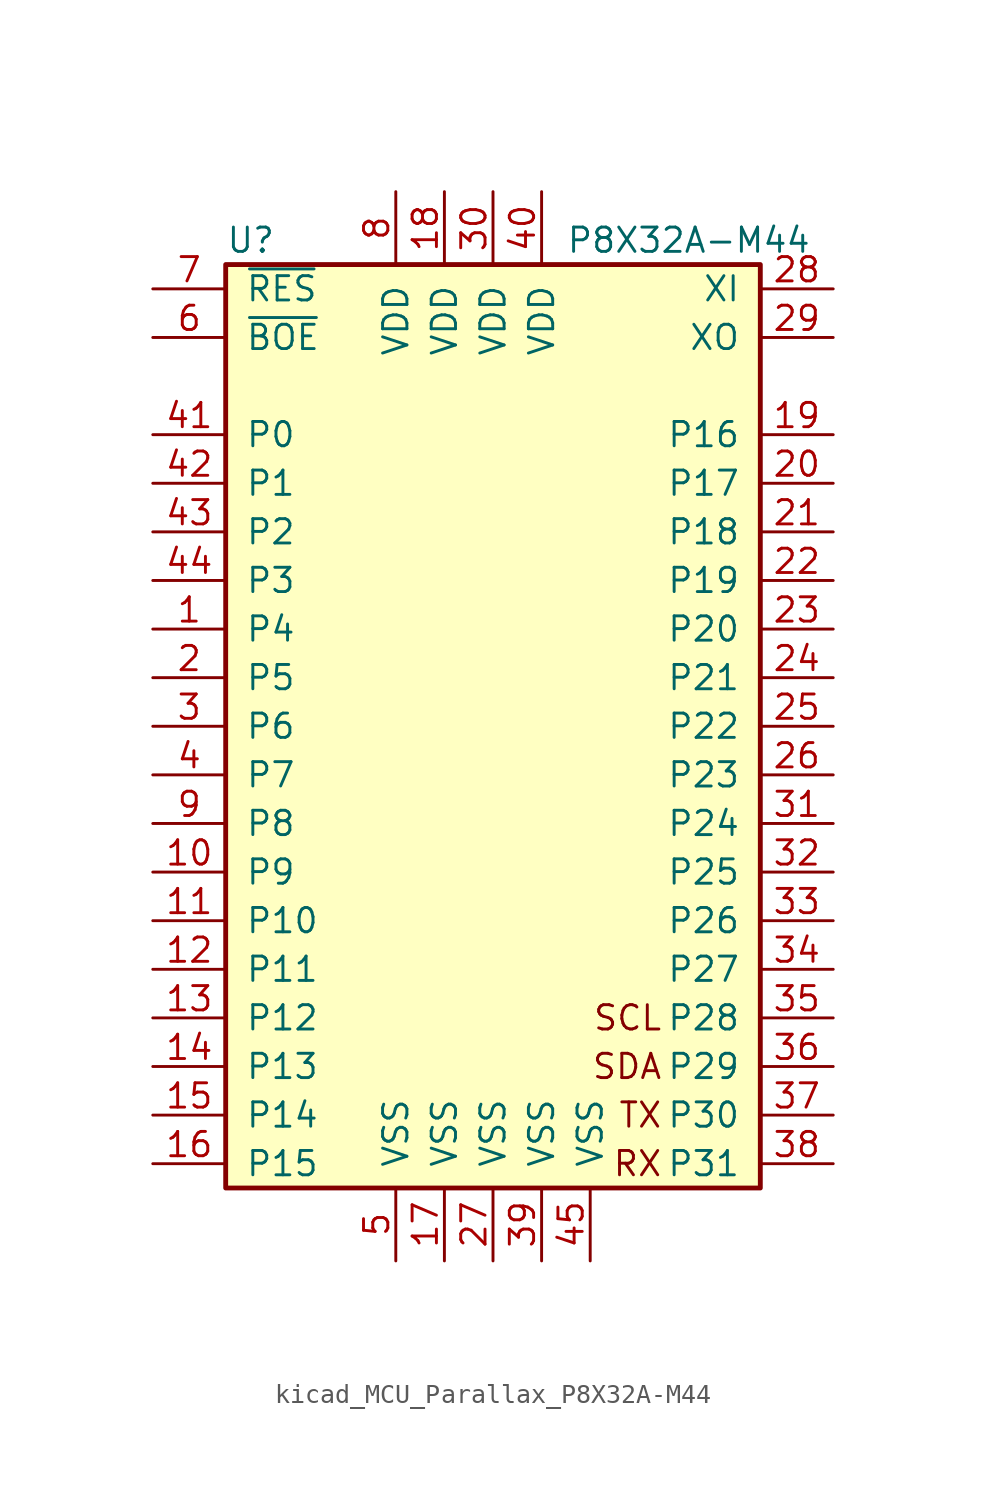
<source format=kicad_sym>
(kicad_symbol_lib
  (version 20220914)
  (generator kicad_symbol_editor)
  (symbol "kicad_MCU_Parallax_P8X32A-M44"
    (pin_names
      (offset 1.016))
    (property "Reference" "U"
      (at -13.97 25.4 0)
      (effects (font (size 1.27 1.27)) (justify left)))
    (property "Value" "P8X32A-M44"
      (at 3.81 25.4 0)
      (effects (font (size 1.27 1.27)) (justify left)))
    (symbol "kicad_MCU_Parallax_P8X32A-M44_0_1"
      (rectangle (start -13.97 24.13) (end 13.97 -24.13) (stroke (width 0.254) (type default)) (fill (type background)))
      (text "RX" (at 8.89 -22.86 0) (effects (font (size 1.27 1.27)) (justify right)))
      (text "SCL" (at 8.89 -15.24 0) (effects (font (size 1.27 1.27)) (justify right)))
      (text "SDA" (at 8.89 -17.78 0) (effects (font (size 1.27 1.27)) (justify right)))
      (text "TX" (at 8.89 -20.32 0) (effects (font (size 1.27 1.27)) (justify right)))
      (pin bidirectional line (at -17.78 5.08 0) (length 3.81) (name "P4" (effects (font (size 1.27 1.27)))) (number "1" (effects (font (size 1.27 1.27)))))
      (pin bidirectional line (at -17.78 -7.62 0) (length 3.81) (name "P9" (effects (font (size 1.27 1.27)))) (number "10" (effects (font (size 1.27 1.27)))))
      (pin bidirectional line (at -17.78 -10.16 0) (length 3.81) (name "P10" (effects (font (size 1.27 1.27)))) (number "11" (effects (font (size 1.27 1.27)))))
      (pin bidirectional line (at -17.78 -12.7 0) (length 3.81) (name "P11" (effects (font (size 1.27 1.27)))) (number "12" (effects (font (size 1.27 1.27)))))
      (pin bidirectional line (at -17.78 -15.24 0) (length 3.81) (name "P12" (effects (font (size 1.27 1.27)))) (number "13" (effects (font (size 1.27 1.27)))))
      (pin bidirectional line (at -17.78 -17.78 0) (length 3.81) (name "P13" (effects (font (size 1.27 1.27)))) (number "14" (effects (font (size 1.27 1.27)))))
      (pin bidirectional line (at -17.78 -20.32 0) (length 3.81) (name "P14" (effects (font (size 1.27 1.27)))) (number "15" (effects (font (size 1.27 1.27)))))
      (pin bidirectional line (at -17.78 -22.86 0) (length 3.81) (name "P15" (effects (font (size 1.27 1.27)))) (number "16" (effects (font (size 1.27 1.27)))))
      (pin power_in line (at -2.54 -27.94 90) (length 3.81) (name "VSS" (effects (font (size 1.27 1.27)))) (number "17" (effects (font (size 1.27 1.27)))))
      (pin power_in line (at -2.54 27.94 270) (length 3.81) (name "VDD" (effects (font (size 1.27 1.27)))) (number "18" (effects (font (size 1.27 1.27)))))
      (pin bidirectional line (at 17.78 15.24 180) (length 3.81) (name "P16" (effects (font (size 1.27 1.27)))) (number "19" (effects (font (size 1.27 1.27)))))
      (pin bidirectional line (at -17.78 2.54 0) (length 3.81) (name "P5" (effects (font (size 1.27 1.27)))) (number "2" (effects (font (size 1.27 1.27)))))
      (pin bidirectional line (at 17.78 12.7 180) (length 3.81) (name "P17" (effects (font (size 1.27 1.27)))) (number "20" (effects (font (size 1.27 1.27)))))
      (pin bidirectional line (at 17.78 10.16 180) (length 3.81) (name "P18" (effects (font (size 1.27 1.27)))) (number "21" (effects (font (size 1.27 1.27)))))
      (pin bidirectional line (at 17.78 7.62 180) (length 3.81) (name "P19" (effects (font (size 1.27 1.27)))) (number "22" (effects (font (size 1.27 1.27)))))
      (pin bidirectional line (at 17.78 5.08 180) (length 3.81) (name "P20" (effects (font (size 1.27 1.27)))) (number "23" (effects (font (size 1.27 1.27)))))
      (pin bidirectional line (at 17.78 2.54 180) (length 3.81) (name "P21" (effects (font (size 1.27 1.27)))) (number "24" (effects (font (size 1.27 1.27)))))
      (pin bidirectional line (at 17.78 0 180) (length 3.81) (name "P22" (effects (font (size 1.27 1.27)))) (number "25" (effects (font (size 1.27 1.27)))))
      (pin bidirectional line (at 17.78 -2.54 180) (length 3.81) (name "P23" (effects (font (size 1.27 1.27)))) (number "26" (effects (font (size 1.27 1.27)))))
      (pin power_in line (at 0 -27.94 90) (length 3.81) (name "VSS" (effects (font (size 1.27 1.27)))) (number "27" (effects (font (size 1.27 1.27)))))
      (pin input line (at 17.78 22.86 180) (length 3.81) (name "XI" (effects (font (size 1.27 1.27)))) (number "28" (effects (font (size 1.27 1.27)))))
      (pin output line (at 17.78 20.32 180) (length 3.81) (name "XO" (effects (font (size 1.27 1.27)))) (number "29" (effects (font (size 1.27 1.27)))))
      (pin bidirectional line (at -17.78 0 0) (length 3.81) (name "P6" (effects (font (size 1.27 1.27)))) (number "3" (effects (font (size 1.27 1.27)))))
      (pin power_in line (at 0 27.94 270) (length 3.81) (name "VDD" (effects (font (size 1.27 1.27)))) (number "30" (effects (font (size 1.27 1.27)))))
      (pin bidirectional line (at 17.78 -5.08 180) (length 3.81) (name "P24" (effects (font (size 1.27 1.27)))) (number "31" (effects (font (size 1.27 1.27)))))
      (pin bidirectional line (at 17.78 -7.62 180) (length 3.81) (name "P25" (effects (font (size 1.27 1.27)))) (number "32" (effects (font (size 1.27 1.27)))))
      (pin bidirectional line (at 17.78 -10.16 180) (length 3.81) (name "P26" (effects (font (size 1.27 1.27)))) (number "33" (effects (font (size 1.27 1.27)))))
      (pin bidirectional line (at 17.78 -12.7 180) (length 3.81) (name "P27" (effects (font (size 1.27 1.27)))) (number "34" (effects (font (size 1.27 1.27)))))
      (pin bidirectional line (at 17.78 -15.24 180) (length 3.81) (name "P28" (effects (font (size 1.27 1.27)))) (number "35" (effects (font (size 1.27 1.27)))))
      (pin bidirectional line (at 17.78 -17.78 180) (length 3.81) (name "P29" (effects (font (size 1.27 1.27)))) (number "36" (effects (font (size 1.27 1.27)))))
      (pin bidirectional line (at 17.78 -20.32 180) (length 3.81) (name "P30" (effects (font (size 1.27 1.27)))) (number "37" (effects (font (size 1.27 1.27)))))
      (pin bidirectional line (at 17.78 -22.86 180) (length 3.81) (name "P31" (effects (font (size 1.27 1.27)))) (number "38" (effects (font (size 1.27 1.27)))))
      (pin power_in line (at 2.54 -27.94 90) (length 3.81) (name "VSS" (effects (font (size 1.27 1.27)))) (number "39" (effects (font (size 1.27 1.27)))))
      (pin bidirectional line (at -17.78 -2.54 0) (length 3.81) (name "P7" (effects (font (size 1.27 1.27)))) (number "4" (effects (font (size 1.27 1.27)))))
      (pin power_in line (at 2.54 27.94 270) (length 3.81) (name "VDD" (effects (font (size 1.27 1.27)))) (number "40" (effects (font (size 1.27 1.27)))))
      (pin bidirectional line (at -17.78 15.24 0) (length 3.81) (name "P0" (effects (font (size 1.27 1.27)))) (number "41" (effects (font (size 1.27 1.27)))))
      (pin bidirectional line (at -17.78 12.7 0) (length 3.81) (name "P1" (effects (font (size 1.27 1.27)))) (number "42" (effects (font (size 1.27 1.27)))))
      (pin bidirectional line (at -17.78 10.16 0) (length 3.81) (name "P2" (effects (font (size 1.27 1.27)))) (number "43" (effects (font (size 1.27 1.27)))))
      (pin bidirectional line (at -17.78 7.62 0) (length 3.81) (name "P3" (effects (font (size 1.27 1.27)))) (number "44" (effects (font (size 1.27 1.27)))))
      (pin power_in line (at 5.08 -27.94 90) (length 3.81) (name "VSS" (effects (font (size 1.27 1.27)))) (number "45" (effects (font (size 1.27 1.27)))))
      (pin power_in line (at -5.08 -27.94 90) (length 3.81) (name "VSS" (effects (font (size 1.27 1.27)))) (number "5" (effects (font (size 1.27 1.27)))))
      (pin input line (at -17.78 20.32 0) (length 3.81) (name "~{BOE}" (effects (font (size 1.27 1.27)))) (number "6" (effects (font (size 1.27 1.27)))))
      (pin bidirectional line (at -17.78 22.86 0) (length 3.81) (name "~{RES}" (effects (font (size 1.27 1.27)))) (number "7" (effects (font (size 1.27 1.27)))))
      (pin power_in line (at -5.08 27.94 270) (length 3.81) (name "VDD" (effects (font (size 1.27 1.27)))) (number "8" (effects (font (size 1.27 1.27)))))
      (pin bidirectional line (at -17.78 -5.08 0) (length 3.81) (name "P8" (effects (font (size 1.27 1.27)))) (number "9" (effects (font (size 1.27 1.27))))))))
</source>
